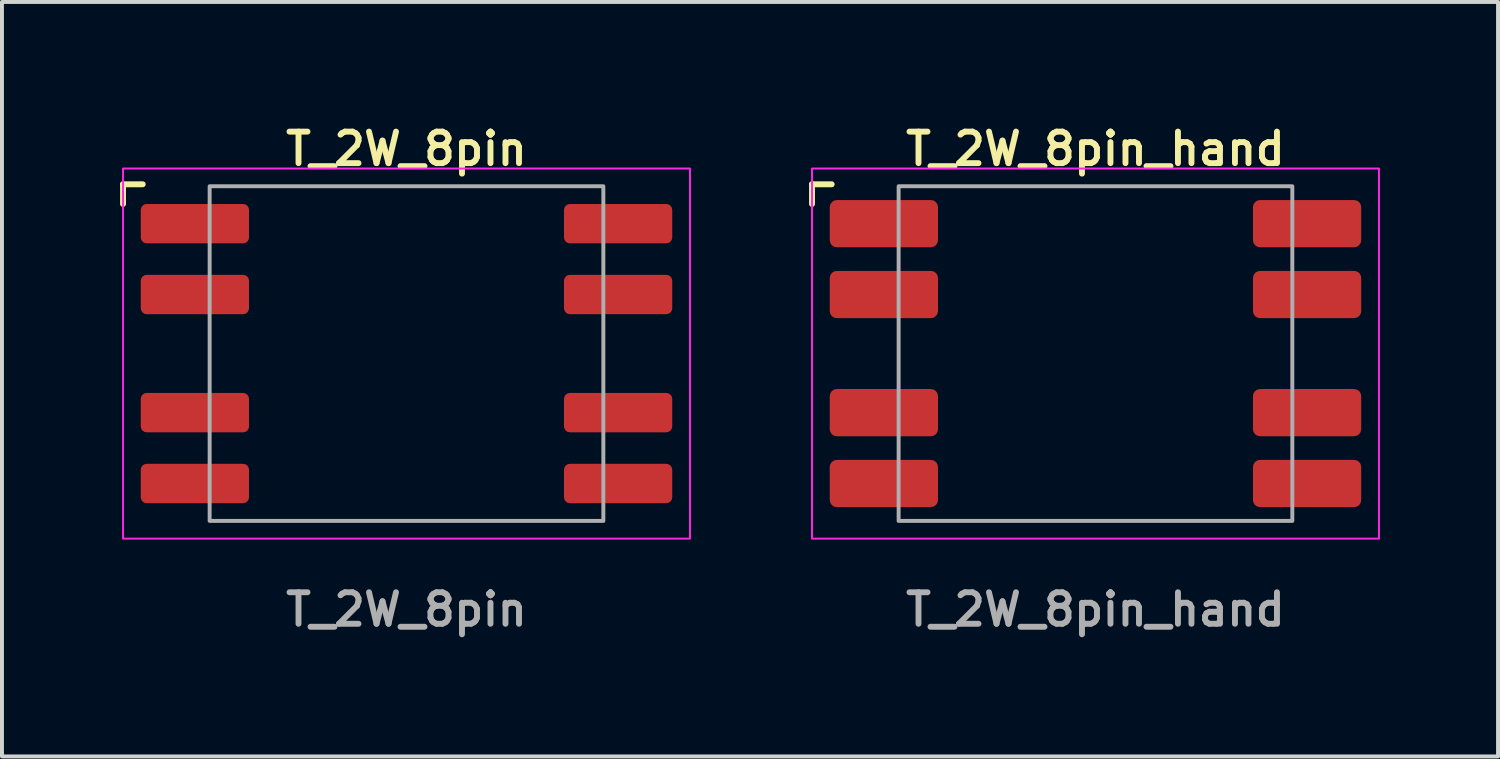
<source format=kicad_pcb>
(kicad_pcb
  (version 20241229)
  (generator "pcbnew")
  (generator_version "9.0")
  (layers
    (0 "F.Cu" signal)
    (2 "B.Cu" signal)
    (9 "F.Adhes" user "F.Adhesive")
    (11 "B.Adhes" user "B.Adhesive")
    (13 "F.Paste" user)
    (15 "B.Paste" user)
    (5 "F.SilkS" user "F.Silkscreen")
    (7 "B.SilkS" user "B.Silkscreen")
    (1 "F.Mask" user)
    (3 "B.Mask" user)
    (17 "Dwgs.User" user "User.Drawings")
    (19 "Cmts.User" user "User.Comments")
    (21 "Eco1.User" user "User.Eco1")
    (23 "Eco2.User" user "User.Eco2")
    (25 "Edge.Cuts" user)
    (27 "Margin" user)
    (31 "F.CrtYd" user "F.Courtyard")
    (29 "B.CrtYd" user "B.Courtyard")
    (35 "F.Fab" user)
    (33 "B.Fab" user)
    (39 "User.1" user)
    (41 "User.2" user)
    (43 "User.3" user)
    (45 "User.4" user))
  (footprint "T_2W_8pin"
    (layer "F.Cu")
    (at 7.275 5.931)
    (property "Reference" "T_2W_8pin" (at 0 -5.2 0) (unlocked yes) (layer "F.SilkS") (effects (font (size 0.8 0.8) (thickness 0.15))))
    (attr smd)
    (fp_line (start -7.2 -4.3) (end -7.2 -3.8) (stroke (width 0.15) (type default)) (layer "F.SilkS"))
    (fp_line (start -7.2 -4.3) (end -6.7 -4.3) (stroke (width 0.15) (type default)) (layer "F.SilkS"))
    (fp_rect (start -7.2 -4.7) (end 7.2 4.7) (stroke (width 0.05) (type default)) (fill no) (layer "F.CrtYd"))
    (fp_rect (start -5 -4.25) (end 5 4.25) (stroke (width 0.1) (type solid)) (fill no) (layer "F.Fab"))
    (fp_text user "${REFERENCE}" (at 0 6.5 0) (unlocked yes) (layer "F.Fab") (effects (font (size 0.8 0.8) (thickness 0.15))))
    (pad "1" smd roundrect (at -5.375 -3.3) (size 2.75 1) (layers "F.Cu" "F.Mask" "F.Paste") (roundrect_rratio 0.15))
    (pad "2" smd roundrect (at -5.375 -1.5) (size 2.75 1) (layers "F.Cu" "F.Mask" "F.Paste") (roundrect_rratio 0.15))
    (pad "3" smd roundrect (at -5.375 1.5) (size 2.75 1) (layers "F.Cu" "F.Mask" "F.Paste") (roundrect_rratio 0.15))
    (pad "4" smd roundrect (at -5.375 3.3) (size 2.75 1) (layers "F.Cu" "F.Mask" "F.Paste") (roundrect_rratio 0.15))
    (pad "5" smd roundrect (at 5.375 3.3) (size 2.75 1) (layers "F.Cu" "F.Mask" "F.Paste") (roundrect_rratio 0.15))
    (pad "6" smd roundrect (at 5.375 1.5) (size 2.75 1) (layers "F.Cu" "F.Mask" "F.Paste") (roundrect_rratio 0.15))
    (pad "7" smd roundrect (at 5.375 -1.5) (size 2.75 1) (layers "F.Cu" "F.Mask" "F.Paste") (roundrect_rratio 0.15))
    (pad "8" smd roundrect (at 5.375 -3.3) (size 2.75 1) (layers "F.Cu" "F.Mask" "F.Paste") (roundrect_rratio 0.15)))
  (footprint "T_2W_8pin_hand"
    (layer "F.Cu")
    (at 24.775 5.931)
    (property "Reference" "T_2W_8pin_hand" (at 0 -5.2 0) (unlocked yes) (layer "F.SilkS") (effects (font (size 0.8 0.8) (thickness 0.15))))
    (attr smd)
    (fp_line (start -7.2 -4.3) (end -7.2 -3.8) (stroke (width 0.15) (type default)) (layer "F.SilkS"))
    (fp_line (start -7.2 -4.3) (end -6.7 -4.3) (stroke (width 0.15) (type default)) (layer "F.SilkS"))
    (fp_rect (start -7.2 -4.7) (end 7.2 4.7) (stroke (width 0.05) (type default)) (fill no) (layer "F.CrtYd"))
    (fp_rect (start -5 -4.25) (end 5 4.25) (stroke (width 0.1) (type solid)) (fill no) (layer "F.Fab"))
    (fp_text user "${REFERENCE}" (at 0 6.5 0) (unlocked yes) (layer "F.Fab") (effects (font (size 0.8 0.8) (thickness 0.15))))
    (pad "1" smd roundrect (at -5.375 -3.3) (size 2.75 1.2) (layers "F.Cu" "F.Mask" "F.Paste") (roundrect_rratio 0.15))
    (pad "2" smd roundrect (at -5.375 -1.5) (size 2.75 1.2) (layers "F.Cu" "F.Mask" "F.Paste") (roundrect_rratio 0.15))
    (pad "3" smd roundrect (at -5.375 1.5) (size 2.75 1.2) (layers "F.Cu" "F.Mask" "F.Paste") (roundrect_rratio 0.15))
    (pad "4" smd roundrect (at -5.375 3.3) (size 2.75 1.2) (layers "F.Cu" "F.Mask" "F.Paste") (roundrect_rratio 0.15))
    (pad "5" smd roundrect (at 5.375 3.3) (size 2.75 1.2) (layers "F.Cu" "F.Mask" "F.Paste") (roundrect_rratio 0.15))
    (pad "6" smd roundrect (at 5.375 1.5) (size 2.75 1.2) (layers "F.Cu" "F.Mask" "F.Paste") (roundrect_rratio 0.15))
    (pad "7" smd roundrect (at 5.375 -1.5) (size 2.75 1.2) (layers "F.Cu" "F.Mask" "F.Paste") (roundrect_rratio 0.15))
    (pad "8" smd roundrect (at 5.375 -3.3) (size 2.75 1.2) (layers "F.Cu" "F.Mask" "F.Paste") (roundrect_rratio 0.15)))
  (gr_rect
    (start -3 -3)
    (end 35 16.163)
    (stroke (width 0.1) (type default))
    (fill no)
    (layer "Edge.Cuts")))
</source>
